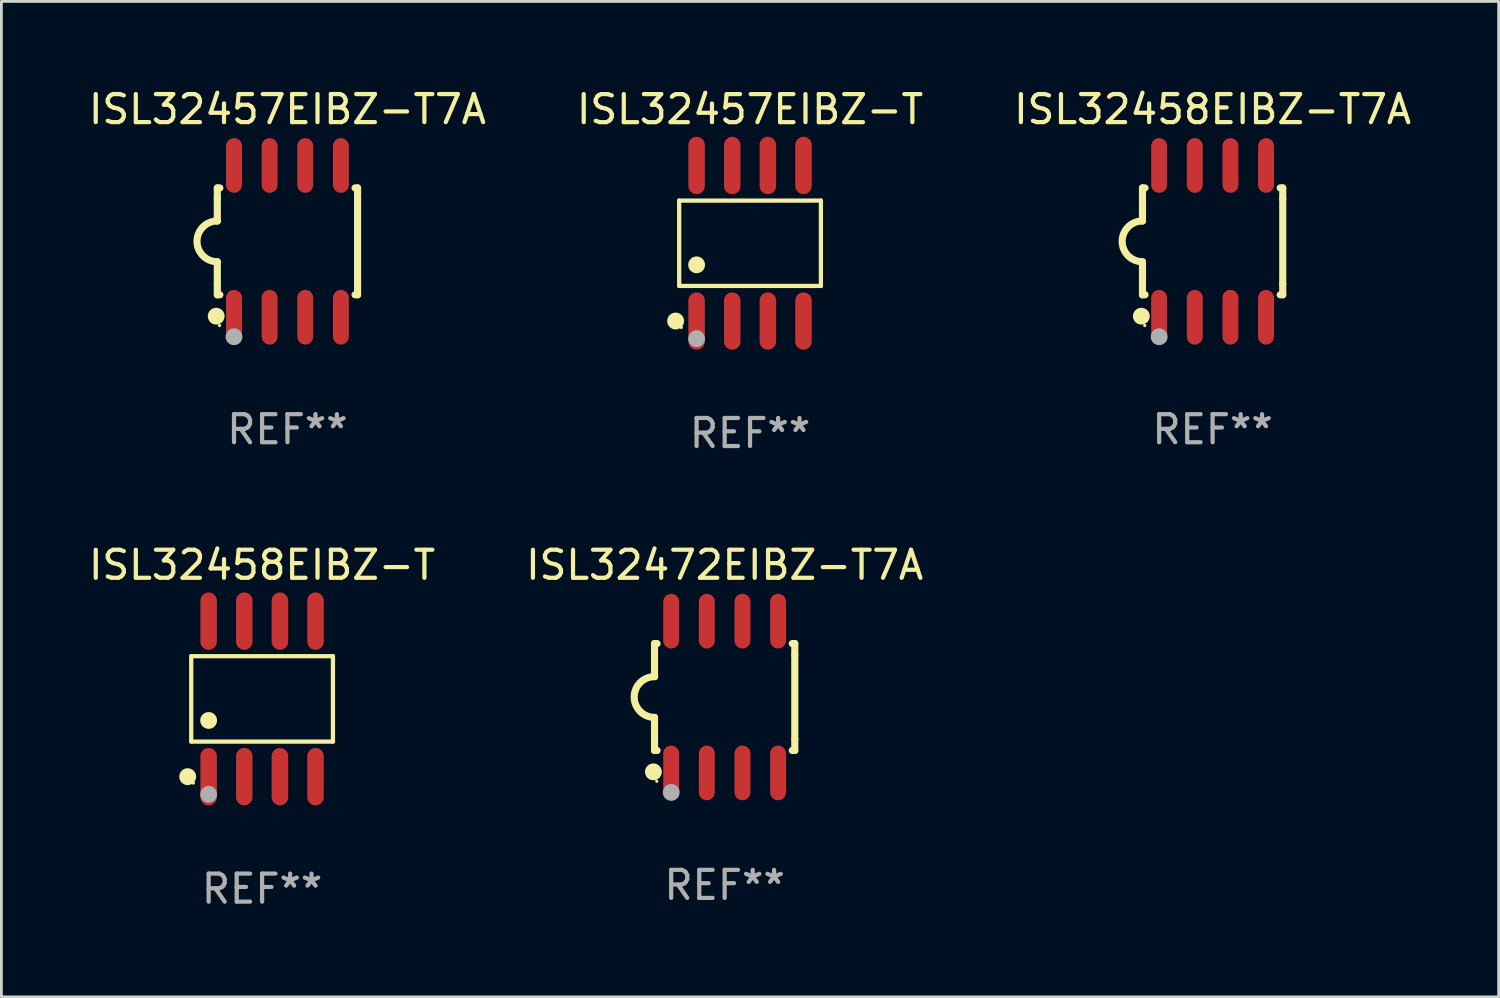
<source format=kicad_pcb>
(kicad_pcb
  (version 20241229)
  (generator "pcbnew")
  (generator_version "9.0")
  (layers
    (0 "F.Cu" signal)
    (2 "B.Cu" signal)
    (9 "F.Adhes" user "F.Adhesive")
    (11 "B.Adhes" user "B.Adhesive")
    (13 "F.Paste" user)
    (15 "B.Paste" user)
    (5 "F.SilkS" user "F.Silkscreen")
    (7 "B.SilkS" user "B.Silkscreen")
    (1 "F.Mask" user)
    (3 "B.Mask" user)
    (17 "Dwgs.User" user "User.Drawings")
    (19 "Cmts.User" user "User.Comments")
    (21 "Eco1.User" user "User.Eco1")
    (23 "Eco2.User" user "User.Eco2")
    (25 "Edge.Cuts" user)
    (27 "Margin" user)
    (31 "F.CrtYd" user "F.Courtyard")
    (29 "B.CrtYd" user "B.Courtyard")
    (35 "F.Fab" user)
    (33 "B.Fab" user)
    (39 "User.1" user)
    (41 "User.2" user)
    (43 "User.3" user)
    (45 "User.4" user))
  (footprint "ISL32457EIBZ-T"
    (layer "F.Cu")
    (at 23.685 5.621)
    (property "Reference" "ISL32457EIBZ-T" (at 0 -4.772 0) (layer "F.SilkS") (effects (font (size 1 1) (thickness 0.15))))
    (attr through_hole)
    (fp_line (start -2.526 -1.521) (end 2.526 -1.521) (stroke (width 0.152) (type solid)) (layer "F.SilkS"))
    (fp_line (start -2.526 1.521) (end -2.526 -1.521) (stroke (width 0.152) (type solid)) (layer "F.SilkS"))
    (fp_line (start 2.526 -1.521) (end 2.526 1.521) (stroke (width 0.152) (type solid)) (layer "F.SilkS"))
    (fp_line (start 2.526 1.521) (end -2.526 1.521) (stroke (width 0.152) (type solid)) (layer "F.SilkS"))
    (fp_circle (center -2.652 2.772) (end -2.501 2.772) (stroke (width 0.3) (type solid)) (fill no) (layer "F.SilkS"))
    (fp_circle (center -2.45 3) (end -2.42 3) (stroke (width 0.06) (type solid)) (fill no) (layer "F.SilkS"))
    (fp_circle (center -1.905 0.769) (end -1.755 0.769) (stroke (width 0.3) (type solid)) (fill no) (layer "F.SilkS"))
    (fp_circle (center -1.905 3.4) (end -1.755 3.4) (stroke (width 0.3) (type solid)) (fill no) (layer "F.Fab"))
    (fp_text user "REF**" (at 0 6.772 0) (layer "F.Fab") (effects (font (size 1 1) (thickness 0.15))))
    (pad "1" smd oval (at -1.905 2.772) (size 0.588 2.045) (layers "F.Cu" "F.Mask" "F.Paste"))
    (pad "2" smd oval (at -0.635 2.772) (size 0.588 2.045) (layers "F.Cu" "F.Mask" "F.Paste"))
    (pad "3" smd oval (at 0.635 2.772) (size 0.588 2.045) (layers "F.Cu" "F.Mask" "F.Paste"))
    (pad "4" smd oval (at 1.905 2.772) (size 0.588 2.045) (layers "F.Cu" "F.Mask" "F.Paste"))
    (pad "5" smd oval (at 1.905 -2.772) (size 0.588 2.045) (layers "F.Cu" "F.Mask" "F.Paste"))
    (pad "6" smd oval (at 0.635 -2.772) (size 0.588 2.045) (layers "F.Cu" "F.Mask" "F.Paste"))
    (pad "7" smd oval (at -0.635 -2.772) (size 0.588 2.045) (layers "F.Cu" "F.Mask" "F.Paste"))
    (pad "8" smd oval (at -1.905 -2.772) (size 0.588 2.045) (layers "F.Cu" "F.Mask" "F.Paste")))
  (footprint "ISL32458EIBZ-T7A"
    (layer "F.Cu")
    (at 40.173 5.553)
    (property "Reference" "ISL32458EIBZ-T7A" (at 0 -4.705 0) (layer "F.SilkS") (effects (font (size 1 1) (thickness 0.15))))
    (attr through_hole)
    (fp_line (start -2.5 -1.905) (end -2.409 -1.905) (stroke (width 0.254) (type solid)) (layer "F.SilkS"))
    (fp_line (start -2.5 -1.5) (end -2.5 -1.905) (stroke (width 0.254) (type solid)) (layer "F.SilkS"))
    (fp_line (start -2.5 -1.5) (end -2.5 -0.726) (stroke (width 0.254) (type solid)) (layer "F.SilkS"))
    (fp_line (start -2.5 1.5) (end -2.5 0.727) (stroke (width 0.254) (type solid)) (layer "F.SilkS"))
    (fp_line (start -2.5 1.5) (end -2.5 1.905) (stroke (width 0.254) (type solid)) (layer "F.SilkS"))
    (fp_line (start -2.5 1.905) (end -2.409 1.905) (stroke (width 0.254) (type solid)) (layer "F.SilkS"))
    (fp_line (start 2.5 -1.905) (end 2.409 -1.905) (stroke (width 0.254) (type solid)) (layer "F.SilkS"))
    (fp_line (start 2.5 -1.5) (end 2.5 -1.905) (stroke (width 0.254) (type solid)) (layer "F.SilkS"))
    (fp_line (start 2.5 -1.5) (end 2.5 1.5) (stroke (width 0.254) (type solid)) (layer "F.SilkS"))
    (fp_line (start 2.5 1.5) (end 2.5 1.905) (stroke (width 0.254) (type solid)) (layer "F.SilkS"))
    (fp_line (start 2.5 1.905) (end 2.409 1.905) (stroke (width 0.254) (type solid)) (layer "F.SilkS"))
    (fp_arc (start -2.5 0.726568) (mid -3.220316 -0.0023) (end -2.495097 -0.726289) (stroke (width 0.254001) (type solid)) (layer "F.SilkS"))
    (fp_circle (center -2.54 2.667) (end -2.39 2.667) (stroke (width 0.3) (type solid)) (fill no) (layer "F.SilkS"))
    (fp_circle (center -2.42 3) (end -2.39 3) (stroke (width 0.06) (type solid)) (fill no) (layer "F.SilkS"))
    (fp_circle (center -1.905 3.4) (end -1.755 3.4) (stroke (width 0.3) (type solid)) (fill no) (layer "F.Fab"))
    (fp_text user "REF**" (at 0 6.705 0) (layer "F.Fab") (effects (font (size 1 1) (thickness 0.15))))
    (pad "1" smd oval (at -1.905 2.705) (size 0.568 1.95) (layers "F.Cu" "F.Mask" "F.Paste"))
    (pad "2" smd oval (at -0.635 2.705) (size 0.568 1.95) (layers "F.Cu" "F.Mask" "F.Paste"))
    (pad "3" smd oval (at 0.635 2.705) (size 0.568 1.95) (layers "F.Cu" "F.Mask" "F.Paste"))
    (pad "4" smd oval (at 1.905 2.705) (size 0.568 1.95) (layers "F.Cu" "F.Mask" "F.Paste"))
    (pad "5" smd oval (at 1.905 -2.705) (size 0.568 1.95) (layers "F.Cu" "F.Mask" "F.Paste"))
    (pad "6" smd oval (at 0.635 -2.705) (size 0.568 1.95) (layers "F.Cu" "F.Mask" "F.Paste"))
    (pad "7" smd oval (at -0.635 -2.705) (size 0.568 1.95) (layers "F.Cu" "F.Mask" "F.Paste"))
    (pad "8" smd oval (at -1.905 -2.705) (size 0.568 1.95) (layers "F.Cu" "F.Mask" "F.Paste")))
  (footprint "ISL32458EIBZ-T"
    (layer "F.Cu")
    (at 6.292 21.862)
    (property "Reference" "ISL32458EIBZ-T" (at 0 -4.772 0) (layer "F.SilkS") (effects (font (size 1 1) (thickness 0.15))))
    (attr through_hole)
    (fp_line (start -2.526 -1.521) (end 2.526 -1.521) (stroke (width 0.152) (type solid)) (layer "F.SilkS"))
    (fp_line (start -2.526 1.521) (end -2.526 -1.521) (stroke (width 0.152) (type solid)) (layer "F.SilkS"))
    (fp_line (start 2.526 -1.521) (end 2.526 1.521) (stroke (width 0.152) (type solid)) (layer "F.SilkS"))
    (fp_line (start 2.526 1.521) (end -2.526 1.521) (stroke (width 0.152) (type solid)) (layer "F.SilkS"))
    (fp_circle (center -2.652 2.772) (end -2.501 2.772) (stroke (width 0.3) (type solid)) (fill no) (layer "F.SilkS"))
    (fp_circle (center -2.45 3) (end -2.42 3) (stroke (width 0.06) (type solid)) (fill no) (layer "F.SilkS"))
    (fp_circle (center -1.905 0.769) (end -1.755 0.769) (stroke (width 0.3) (type solid)) (fill no) (layer "F.SilkS"))
    (fp_circle (center -1.905 3.4) (end -1.755 3.4) (stroke (width 0.3) (type solid)) (fill no) (layer "F.Fab"))
    (fp_text user "REF**" (at 0 6.772 0) (layer "F.Fab") (effects (font (size 1 1) (thickness 0.15))))
    (pad "1" smd oval (at -1.905 2.772) (size 0.588 2.045) (layers "F.Cu" "F.Mask" "F.Paste"))
    (pad "2" smd oval (at -0.635 2.772) (size 0.588 2.045) (layers "F.Cu" "F.Mask" "F.Paste"))
    (pad "3" smd oval (at 0.635 2.772) (size 0.588 2.045) (layers "F.Cu" "F.Mask" "F.Paste"))
    (pad "4" smd oval (at 1.905 2.772) (size 0.588 2.045) (layers "F.Cu" "F.Mask" "F.Paste"))
    (pad "5" smd oval (at 1.905 -2.772) (size 0.588 2.045) (layers "F.Cu" "F.Mask" "F.Paste"))
    (pad "6" smd oval (at 0.635 -2.772) (size 0.588 2.045) (layers "F.Cu" "F.Mask" "F.Paste"))
    (pad "7" smd oval (at -0.635 -2.772) (size 0.588 2.045) (layers "F.Cu" "F.Mask" "F.Paste"))
    (pad "8" smd oval (at -1.905 -2.772) (size 0.588 2.045) (layers "F.Cu" "F.Mask" "F.Paste")))
  (footprint "ISL32472EIBZ-T7A"
    (layer "F.Cu")
    (at 22.78 21.795)
    (property "Reference" "ISL32472EIBZ-T7A" (at 0 -4.705 0) (layer "F.SilkS") (effects (font (size 1 1) (thickness 0.15))))
    (attr through_hole)
    (fp_line (start -2.5 -1.905) (end -2.409 -1.905) (stroke (width 0.254) (type solid)) (layer "F.SilkS"))
    (fp_line (start -2.5 -1.5) (end -2.5 -1.905) (stroke (width 0.254) (type solid)) (layer "F.SilkS"))
    (fp_line (start -2.5 -1.5) (end -2.5 -0.726) (stroke (width 0.254) (type solid)) (layer "F.SilkS"))
    (fp_line (start -2.5 1.5) (end -2.5 0.727) (stroke (width 0.254) (type solid)) (layer "F.SilkS"))
    (fp_line (start -2.5 1.5) (end -2.5 1.905) (stroke (width 0.254) (type solid)) (layer "F.SilkS"))
    (fp_line (start -2.5 1.905) (end -2.409 1.905) (stroke (width 0.254) (type solid)) (layer "F.SilkS"))
    (fp_line (start 2.5 -1.905) (end 2.409 -1.905) (stroke (width 0.254) (type solid)) (layer "F.SilkS"))
    (fp_line (start 2.5 -1.5) (end 2.5 -1.905) (stroke (width 0.254) (type solid)) (layer "F.SilkS"))
    (fp_line (start 2.5 -1.5) (end 2.5 1.5) (stroke (width 0.254) (type solid)) (layer "F.SilkS"))
    (fp_line (start 2.5 1.5) (end 2.5 1.905) (stroke (width 0.254) (type solid)) (layer "F.SilkS"))
    (fp_line (start 2.5 1.905) (end 2.409 1.905) (stroke (width 0.254) (type solid)) (layer "F.SilkS"))
    (fp_arc (start -2.5 0.726568) (mid -3.220316 -0.0023) (end -2.495097 -0.726289) (stroke (width 0.254001) (type solid)) (layer "F.SilkS"))
    (fp_circle (center -2.54 2.667) (end -2.39 2.667) (stroke (width 0.3) (type solid)) (fill no) (layer "F.SilkS"))
    (fp_circle (center -2.42 3) (end -2.39 3) (stroke (width 0.06) (type solid)) (fill no) (layer "F.SilkS"))
    (fp_circle (center -1.905 3.4) (end -1.755 3.4) (stroke (width 0.3) (type solid)) (fill no) (layer "F.Fab"))
    (fp_text user "REF**" (at 0 6.705 0) (layer "F.Fab") (effects (font (size 1 1) (thickness 0.15))))
    (pad "1" smd oval (at -1.905 2.705) (size 0.568 1.95) (layers "F.Cu" "F.Mask" "F.Paste"))
    (pad "2" smd oval (at -0.635 2.705) (size 0.568 1.95) (layers "F.Cu" "F.Mask" "F.Paste"))
    (pad "3" smd oval (at 0.635 2.705) (size 0.568 1.95) (layers "F.Cu" "F.Mask" "F.Paste"))
    (pad "4" smd oval (at 1.905 2.705) (size 0.568 1.95) (layers "F.Cu" "F.Mask" "F.Paste"))
    (pad "5" smd oval (at 1.905 -2.705) (size 0.568 1.95) (layers "F.Cu" "F.Mask" "F.Paste"))
    (pad "6" smd oval (at 0.635 -2.705) (size 0.568 1.95) (layers "F.Cu" "F.Mask" "F.Paste"))
    (pad "7" smd oval (at -0.635 -2.705) (size 0.568 1.95) (layers "F.Cu" "F.Mask" "F.Paste"))
    (pad "8" smd oval (at -1.905 -2.705) (size 0.568 1.95) (layers "F.Cu" "F.Mask" "F.Paste")))
  (footprint "ISL32457EIBZ-T7A"
    (layer "F.Cu")
    (at 7.196 5.553)
    (property "Reference" "ISL32457EIBZ-T7A" (at 0 -4.705 0) (layer "F.SilkS") (effects (font (size 1 1) (thickness 0.15))))
    (attr through_hole)
    (fp_line (start -2.5 -1.905) (end -2.409 -1.905) (stroke (width 0.254) (type solid)) (layer "F.SilkS"))
    (fp_line (start -2.5 -1.5) (end -2.5 -1.905) (stroke (width 0.254) (type solid)) (layer "F.SilkS"))
    (fp_line (start -2.5 -1.5) (end -2.5 -0.726) (stroke (width 0.254) (type solid)) (layer "F.SilkS"))
    (fp_line (start -2.5 1.5) (end -2.5 0.727) (stroke (width 0.254) (type solid)) (layer "F.SilkS"))
    (fp_line (start -2.5 1.5) (end -2.5 1.905) (stroke (width 0.254) (type solid)) (layer "F.SilkS"))
    (fp_line (start -2.5 1.905) (end -2.409 1.905) (stroke (width 0.254) (type solid)) (layer "F.SilkS"))
    (fp_line (start 2.5 -1.905) (end 2.409 -1.905) (stroke (width 0.254) (type solid)) (layer "F.SilkS"))
    (fp_line (start 2.5 -1.5) (end 2.5 -1.905) (stroke (width 0.254) (type solid)) (layer "F.SilkS"))
    (fp_line (start 2.5 -1.5) (end 2.5 1.5) (stroke (width 0.254) (type solid)) (layer "F.SilkS"))
    (fp_line (start 2.5 1.5) (end 2.5 1.905) (stroke (width 0.254) (type solid)) (layer "F.SilkS"))
    (fp_line (start 2.5 1.905) (end 2.409 1.905) (stroke (width 0.254) (type solid)) (layer "F.SilkS"))
    (fp_arc (start -2.5 0.726568) (mid -3.220316 -0.0023) (end -2.495097 -0.726289) (stroke (width 0.254001) (type solid)) (layer "F.SilkS"))
    (fp_circle (center -2.54 2.667) (end -2.39 2.667) (stroke (width 0.3) (type solid)) (fill no) (layer "F.SilkS"))
    (fp_circle (center -2.42 3) (end -2.39 3) (stroke (width 0.06) (type solid)) (fill no) (layer "F.SilkS"))
    (fp_circle (center -1.905 3.4) (end -1.755 3.4) (stroke (width 0.3) (type solid)) (fill no) (layer "F.Fab"))
    (fp_text user "REF**" (at 0 6.705 0) (layer "F.Fab") (effects (font (size 1 1) (thickness 0.15))))
    (pad "1" smd oval (at -1.905 2.705) (size 0.568 1.95) (layers "F.Cu" "F.Mask" "F.Paste"))
    (pad "2" smd oval (at -0.635 2.705) (size 0.568 1.95) (layers "F.Cu" "F.Mask" "F.Paste"))
    (pad "3" smd oval (at 0.635 2.705) (size 0.568 1.95) (layers "F.Cu" "F.Mask" "F.Paste"))
    (pad "4" smd oval (at 1.905 2.705) (size 0.568 1.95) (layers "F.Cu" "F.Mask" "F.Paste"))
    (pad "5" smd oval (at 1.905 -2.705) (size 0.568 1.95) (layers "F.Cu" "F.Mask" "F.Paste"))
    (pad "6" smd oval (at 0.635 -2.705) (size 0.568 1.95) (layers "F.Cu" "F.Mask" "F.Paste"))
    (pad "7" smd oval (at -0.635 -2.705) (size 0.568 1.95) (layers "F.Cu" "F.Mask" "F.Paste"))
    (pad "8" smd oval (at -1.905 -2.705) (size 0.568 1.95) (layers "F.Cu" "F.Mask" "F.Paste")))
  (gr_rect
    (start -3 -3)
    (end 50.369 32.483)
    (stroke (width 0.1) (type default))
    (fill no)
    (layer "Edge.Cuts")))
</source>
